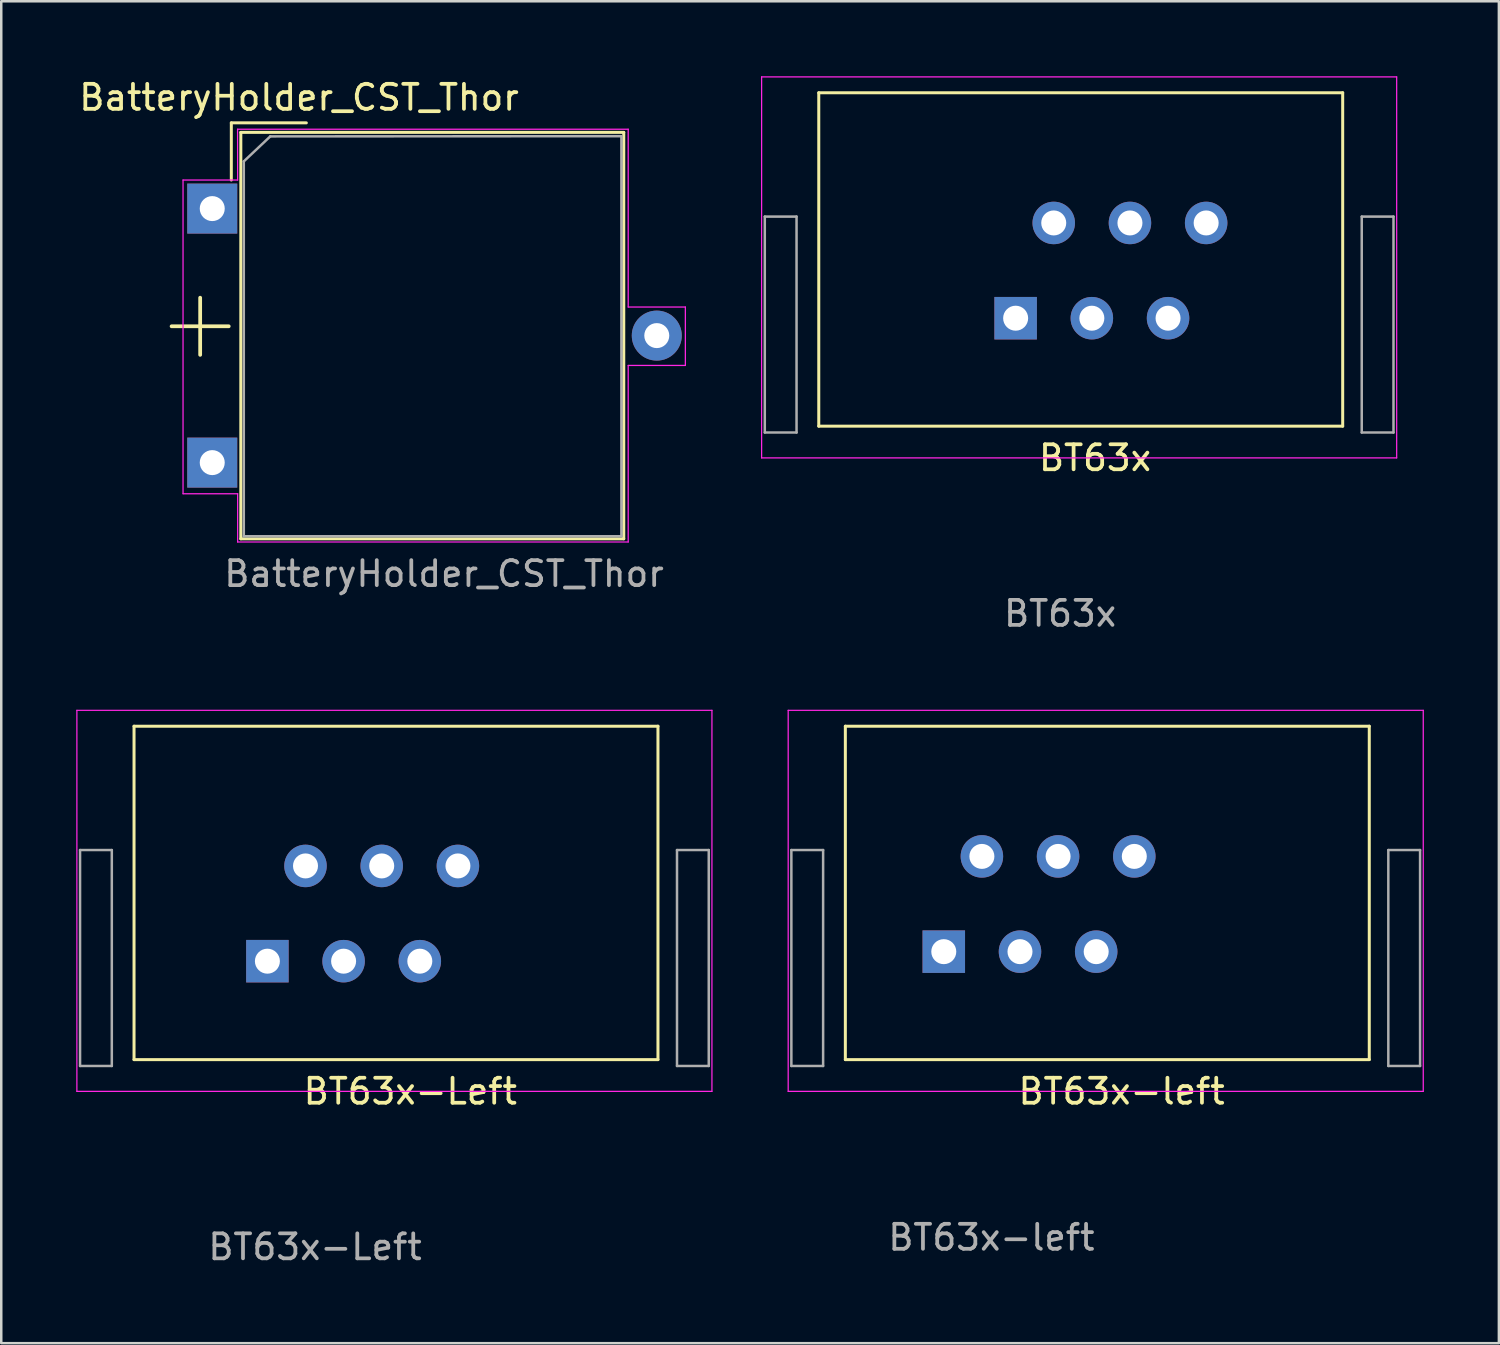
<source format=kicad_pcb>
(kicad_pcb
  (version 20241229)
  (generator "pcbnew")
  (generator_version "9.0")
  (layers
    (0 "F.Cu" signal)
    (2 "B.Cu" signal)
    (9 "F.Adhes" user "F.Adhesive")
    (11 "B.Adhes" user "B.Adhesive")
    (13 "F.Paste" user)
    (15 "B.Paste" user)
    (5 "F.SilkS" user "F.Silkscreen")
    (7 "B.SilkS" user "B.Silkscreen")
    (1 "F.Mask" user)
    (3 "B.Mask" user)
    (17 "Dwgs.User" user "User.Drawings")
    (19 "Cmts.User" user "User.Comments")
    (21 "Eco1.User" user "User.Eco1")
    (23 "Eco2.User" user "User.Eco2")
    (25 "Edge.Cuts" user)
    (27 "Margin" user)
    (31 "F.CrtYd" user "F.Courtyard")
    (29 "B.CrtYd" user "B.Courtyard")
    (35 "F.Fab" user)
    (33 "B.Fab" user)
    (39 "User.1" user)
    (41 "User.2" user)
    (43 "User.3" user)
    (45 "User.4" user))
  (footprint "BT63x-left"
    (layer "F.Cu")
    (at 34.698 35.013)
    (property "Reference" "BT63x-left" (at 7.112 5.588 180) (layer "F.SilkS") (effects (font (size 1 1) (thickness 0.15))))
    (attr through_hole)
    (fp_line (start -3.937 -9.017) (end 17.018 -9.017) (stroke (width 0.12) (type solid)) (layer "F.SilkS"))
    (fp_line (start -3.937 4.318) (end -3.937 -9.017) (stroke (width 0.12) (type solid)) (layer "F.SilkS"))
    (fp_line (start -3.937 4.318) (end 17.018 4.318) (stroke (width 0.12) (type solid)) (layer "F.SilkS"))
    (fp_line (start 17.018 4.318) (end 17.018 -9.017) (stroke (width 0.12) (type solid)) (layer "F.SilkS"))
    (fp_line (start -6.223 -9.652) (end 19.177 -9.652) (stroke (width 0.05) (type solid)) (layer "F.CrtYd"))
    (fp_line (start -6.223 5.588) (end -6.223 -9.652) (stroke (width 0.05) (type solid)) (layer "F.CrtYd"))
    (fp_line (start 19.177 -9.652) (end 19.177 5.588) (stroke (width 0.05) (type solid)) (layer "F.CrtYd"))
    (fp_line (start 19.177 5.588) (end -6.223 5.588) (stroke (width 0.05) (type solid)) (layer "F.CrtYd"))
    (fp_line (start -6.096 -4.064) (end -4.826 -4.064) (stroke (width 0.1) (type solid)) (layer "F.Fab"))
    (fp_line (start -6.096 4.572) (end -6.096 -4.064) (stroke (width 0.1) (type solid)) (layer "F.Fab"))
    (fp_line (start -6.096 4.572) (end -4.826 4.572) (stroke (width 0.1) (type solid)) (layer "F.Fab"))
    (fp_line (start -4.826 4.572) (end -4.826 -4.064) (stroke (width 0.1) (type solid)) (layer "F.Fab"))
    (fp_line (start 17.78 -4.064) (end 19.05 -4.064) (stroke (width 0.1) (type solid)) (layer "F.Fab"))
    (fp_line (start 17.78 4.572) (end 17.78 -4.064) (stroke (width 0.1) (type solid)) (layer "F.Fab"))
    (fp_line (start 17.78 4.572) (end 19.05 4.572) (stroke (width 0.1) (type solid)) (layer "F.Fab"))
    (fp_line (start 19.05 4.572) (end 19.05 -4.064) (stroke (width 0.1) (type solid)) (layer "F.Fab"))
    (fp_text user "${REFERENCE}" (at 1.905 11.43 0) (layer "F.Fab") (effects (font (size 1 1) (thickness 0.15))))
    (pad "1" thru_hole rect (at 0 0 90) (size 1.7 1.7) (drill 1) (layers "*.Cu" "*.Mask"))
    (pad "2" thru_hole oval (at 1.524 -3.81 90) (size 1.7 1.7) (drill 1) (layers "*.Cu" "*.Mask"))
    (pad "3" thru_hole oval (at 3.048 0 90) (size 1.7 1.7) (drill 1) (layers "*.Cu" "*.Mask"))
    (pad "4" thru_hole oval (at 4.572 -3.81 90) (size 1.7 1.7) (drill 1) (layers "*.Cu" "*.Mask"))
    (pad "5" thru_hole oval (at 6.096 0 90) (size 1.7 1.7) (drill 1) (layers "*.Cu" "*.Mask"))
    (pad "6" thru_hole oval (at 7.62 -3.81 90) (size 1.7 1.7) (drill 1) (layers "*.Cu" "*.Mask")))
  (footprint "BatteryHolder_CST_Thor"
    (layer "F.Cu")
    (at 5.439 5.293)
    (property "Reference" "BatteryHolder_CST_Thor" (at 3.472 -4.445 0) (layer "F.SilkS") (effects (font (size 1 1) (thickness 0.15))))
    (attr through_hole)
    (fp_line (start 0.763 -3.429) (end 3.763 -3.429) (stroke (width 0.12) (type solid)) (layer "F.SilkS"))
    (fp_line (start 0.763 -1.143) (end 0.763 -3.429) (stroke (width 0.12) (type solid)) (layer "F.SilkS"))
    (fp_line (start 1.143 -3.048) (end 1.143 13.208) (stroke (width 0.12) (type solid)) (layer "F.SilkS"))
    (fp_line (start 1.143 -3.048) (end 16.459 -3.048) (stroke (width 0.12) (type solid)) (layer "F.SilkS"))
    (fp_line (start 1.143 13.208) (end 16.459 13.208) (stroke (width 0.12) (type solid)) (layer "F.SilkS"))
    (fp_line (start 16.459 -3.048) (end 16.459 13.208) (stroke (width 0.12) (type solid)) (layer "F.SilkS"))
    (fp_line (start -1.168 -1.143) (end -1.168 11.405) (stroke (width 0.05) (type default)) (layer "F.CrtYd"))
    (fp_line (start -1.168 11.405) (end 1.016 11.405) (stroke (width 0.05) (type default)) (layer "F.CrtYd"))
    (fp_line (start 1.013 -3.175) (end 1.016 -1.143) (stroke (width 0.05) (type solid)) (layer "F.CrtYd"))
    (fp_line (start 1.016 -3.175) (end 16.637 -3.175) (stroke (width 0.05) (type solid)) (layer "F.CrtYd"))
    (fp_line (start 1.016 -1.143) (end -1.168 -1.143) (stroke (width 0.05) (type default)) (layer "F.CrtYd"))
    (fp_line (start 1.016 11.405) (end 1.016 13.335) (stroke (width 0.05) (type default)) (layer "F.CrtYd"))
    (fp_line (start 1.016 13.335) (end 16.637 13.335) (stroke (width 0.05) (type solid)) (layer "F.CrtYd"))
    (fp_line (start 16.637 -3.175) (end 16.637 3.937) (stroke (width 0.05) (type default)) (layer "F.CrtYd"))
    (fp_line (start 16.637 3.937) (end 18.923 3.937) (stroke (width 0.05) (type default)) (layer "F.CrtYd"))
    (fp_line (start 16.637 6.274) (end 16.637 13.335) (stroke (width 0.05) (type default)) (layer "F.CrtYd"))
    (fp_line (start 18.923 3.937) (end 18.923 6.274) (stroke (width 0.05) (type default)) (layer "F.CrtYd"))
    (fp_line (start 18.923 6.274) (end 16.637 6.274) (stroke (width 0.05) (type default)) (layer "F.CrtYd"))
    (fp_line (start 1.262 -1.888) (end 2.321 -2.888) (stroke (width 0.1) (type solid)) (layer "F.Fab"))
    (fp_line (start 1.262 13.106) (end 1.262 -1.888) (stroke (width 0.1) (type solid)) (layer "F.Fab"))
    (fp_line (start 2.321 -2.888) (end 16.365 -2.896) (stroke (width 0.1) (type solid)) (layer "F.Fab"))
    (fp_line (start 16.365 -2.896) (end 16.365 13.106) (stroke (width 0.1) (type solid)) (layer "F.Fab"))
    (fp_line (start 16.365 13.106) (end 1.262 13.106) (stroke (width 0.1) (type solid)) (layer "F.Fab"))
    (fp_text user "+" (at -0.483 4.47 0) (layer "F.SilkS") (effects (font (size 3 3) (thickness 0.15))))
    (fp_text user "${REFERENCE}" (at 9.271 14.605 0) (layer "F.Fab") (effects (font (size 1 1) (thickness 0.15))))
    (pad "1" thru_hole rect (at 0 0) (size 2 2) (drill 1) (layers "*.Cu" "*.Mask"))
    (pad "1" thru_hole rect (at 0 10.16) (size 2 2) (drill 1) (layers "*.Cu" "*.Mask"))
    (pad "2" thru_hole circle (at 17.78 5.08) (size 2 2) (drill 1) (layers "*.Cu" "*.Mask")))
  (footprint "BT63x-Left"
    (layer "F.Cu")
    (at 7.645 35.394)
    (property "Reference" "BT63x-Left" (at 5.715 5.207 180) (layer "F.SilkS") (effects (font (size 1 1) (thickness 0.15))))
    (attr through_hole)
    (fp_line (start -5.334 -9.398) (end 15.621 -9.398) (stroke (width 0.12) (type solid)) (layer "F.SilkS"))
    (fp_line (start -5.334 3.937) (end -5.334 -9.398) (stroke (width 0.12) (type solid)) (layer "F.SilkS"))
    (fp_line (start -5.334 3.937) (end 15.621 3.937) (stroke (width 0.12) (type solid)) (layer "F.SilkS"))
    (fp_line (start 15.621 3.937) (end 15.621 -9.398) (stroke (width 0.12) (type solid)) (layer "F.SilkS"))
    (fp_line (start -7.62 -10.033) (end 17.78 -10.033) (stroke (width 0.05) (type solid)) (layer "F.CrtYd"))
    (fp_line (start -7.62 5.207) (end -7.62 -10.033) (stroke (width 0.05) (type solid)) (layer "F.CrtYd"))
    (fp_line (start 17.78 -10.033) (end 17.78 5.207) (stroke (width 0.05) (type solid)) (layer "F.CrtYd"))
    (fp_line (start 17.78 5.207) (end -7.62 5.207) (stroke (width 0.05) (type solid)) (layer "F.CrtYd"))
    (fp_line (start -7.493 -4.445) (end -6.223 -4.445) (stroke (width 0.1) (type solid)) (layer "F.Fab"))
    (fp_line (start -7.493 4.191) (end -7.493 -4.445) (stroke (width 0.1) (type solid)) (layer "F.Fab"))
    (fp_line (start -7.493 4.191) (end -6.223 4.191) (stroke (width 0.1) (type solid)) (layer "F.Fab"))
    (fp_line (start -6.223 4.191) (end -6.223 -4.445) (stroke (width 0.1) (type solid)) (layer "F.Fab"))
    (fp_line (start 16.383 -4.445) (end 17.653 -4.445) (stroke (width 0.1) (type solid)) (layer "F.Fab"))
    (fp_line (start 16.383 4.191) (end 16.383 -4.445) (stroke (width 0.1) (type solid)) (layer "F.Fab"))
    (fp_line (start 16.383 4.191) (end 17.653 4.191) (stroke (width 0.1) (type solid)) (layer "F.Fab"))
    (fp_line (start 17.653 4.191) (end 17.653 -4.445) (stroke (width 0.1) (type solid)) (layer "F.Fab"))
    (fp_text user "${REFERENCE}" (at 1.905 11.43 0) (layer "F.Fab") (effects (font (size 1 1) (thickness 0.15))))
    (pad "1" thru_hole rect (at 0 0 90) (size 1.7 1.7) (drill 1) (layers "*.Cu" "*.Mask"))
    (pad "2" thru_hole oval (at 1.524 -3.81 90) (size 1.7 1.7) (drill 1) (layers "*.Cu" "*.Mask"))
    (pad "3" thru_hole oval (at 3.048 0 90) (size 1.7 1.7) (drill 1) (layers "*.Cu" "*.Mask"))
    (pad "4" thru_hole oval (at 4.572 -3.81 90) (size 1.7 1.7) (drill 1) (layers "*.Cu" "*.Mask"))
    (pad "5" thru_hole oval (at 6.096 0 90) (size 1.7 1.7) (drill 1) (layers "*.Cu" "*.Mask"))
    (pad "6" thru_hole oval (at 7.62 -3.81 90) (size 1.7 1.7) (drill 1) (layers "*.Cu" "*.Mask")))
  (footprint "BT63x"
    (layer "F.Cu")
    (at 37.445 10.058)
    (property "Reference" "BT63x" (at 3.302 5.207 180) (layer "F.SilkS") (effects (font (size 1 1) (thickness 0.15))))
    (attr through_hole)
    (fp_line (start -7.747 -9.398) (end 13.208 -9.398) (stroke (width 0.12) (type solid)) (layer "F.SilkS"))
    (fp_line (start -7.747 3.937) (end -7.747 -9.398) (stroke (width 0.12) (type solid)) (layer "F.SilkS"))
    (fp_line (start -7.747 3.937) (end 13.208 3.937) (stroke (width 0.12) (type solid)) (layer "F.SilkS"))
    (fp_line (start 13.208 3.937) (end 13.208 -9.398) (stroke (width 0.12) (type solid)) (layer "F.SilkS"))
    (fp_line (start -10.033 -10.033) (end 15.367 -10.033) (stroke (width 0.05) (type solid)) (layer "F.CrtYd"))
    (fp_line (start -10.033 5.207) (end -10.033 -10.033) (stroke (width 0.05) (type solid)) (layer "F.CrtYd"))
    (fp_line (start 15.367 -10.033) (end 15.367 5.207) (stroke (width 0.05) (type solid)) (layer "F.CrtYd"))
    (fp_line (start 15.367 5.207) (end -10.033 5.207) (stroke (width 0.05) (type solid)) (layer "F.CrtYd"))
    (fp_line (start -9.906 -4.445) (end -8.636 -4.445) (stroke (width 0.1) (type solid)) (layer "F.Fab"))
    (fp_line (start -9.906 4.191) (end -9.906 -4.445) (stroke (width 0.1) (type solid)) (layer "F.Fab"))
    (fp_line (start -9.906 4.191) (end -8.636 4.191) (stroke (width 0.1) (type solid)) (layer "F.Fab"))
    (fp_line (start -8.636 4.191) (end -8.636 -4.445) (stroke (width 0.1) (type solid)) (layer "F.Fab"))
    (fp_line (start 13.97 -4.445) (end 15.24 -4.445) (stroke (width 0.1) (type solid)) (layer "F.Fab"))
    (fp_line (start 13.97 4.191) (end 13.97 -4.445) (stroke (width 0.1) (type solid)) (layer "F.Fab"))
    (fp_line (start 13.97 4.191) (end 15.24 4.191) (stroke (width 0.1) (type solid)) (layer "F.Fab"))
    (fp_line (start 15.24 4.191) (end 15.24 -4.445) (stroke (width 0.1) (type solid)) (layer "F.Fab"))
    (fp_text user "${REFERENCE}" (at 1.905 11.43 0) (layer "F.Fab") (effects (font (size 1 1) (thickness 0.15))))
    (pad "1" thru_hole rect (at 0.127 -0.381 90) (size 1.7 1.7) (drill 1) (layers "*.Cu" "*.Mask"))
    (pad "2" thru_hole oval (at 1.651 -4.191 90) (size 1.7 1.7) (drill 1) (layers "*.Cu" "*.Mask"))
    (pad "3" thru_hole oval (at 3.175 -0.381 90) (size 1.7 1.7) (drill 1) (layers "*.Cu" "*.Mask"))
    (pad "4" thru_hole oval (at 4.699 -4.191 90) (size 1.7 1.7) (drill 1) (layers "*.Cu" "*.Mask"))
    (pad "5" thru_hole oval (at 6.223 -0.381 90) (size 1.7 1.7) (drill 1) (layers "*.Cu" "*.Mask"))
    (pad "6" thru_hole oval (at 7.747 -4.191 90) (size 1.7 1.7) (drill 1) (layers "*.Cu" "*.Mask")))
  (gr_rect
    (start -3 -3)
    (end 56.9 50.672)
    (stroke (width 0.1) (type default))
    (fill no)
    (layer "Edge.Cuts")))
</source>
